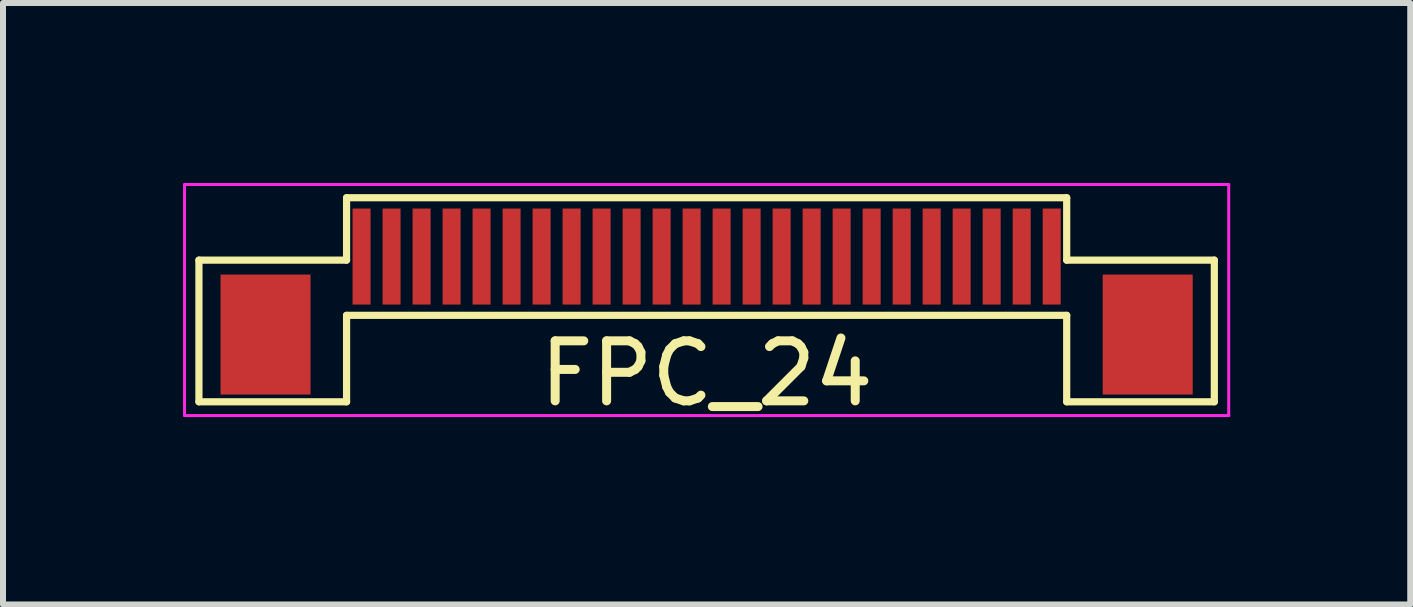
<source format=kicad_pcb>
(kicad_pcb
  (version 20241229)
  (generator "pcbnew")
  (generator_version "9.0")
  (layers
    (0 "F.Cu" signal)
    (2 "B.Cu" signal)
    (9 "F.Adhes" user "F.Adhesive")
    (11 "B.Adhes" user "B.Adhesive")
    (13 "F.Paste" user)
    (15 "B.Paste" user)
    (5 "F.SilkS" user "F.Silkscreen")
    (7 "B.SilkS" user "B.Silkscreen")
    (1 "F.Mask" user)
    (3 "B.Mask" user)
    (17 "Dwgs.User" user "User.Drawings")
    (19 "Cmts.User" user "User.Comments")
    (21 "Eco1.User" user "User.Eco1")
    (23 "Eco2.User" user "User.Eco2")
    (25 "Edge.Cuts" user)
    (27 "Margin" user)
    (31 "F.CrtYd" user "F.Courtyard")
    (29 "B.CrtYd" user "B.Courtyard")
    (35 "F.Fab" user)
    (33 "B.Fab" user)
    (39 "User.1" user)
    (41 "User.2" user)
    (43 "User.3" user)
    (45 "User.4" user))
  (footprint "FPC_24"
    (layer "F.Cu")
    (at 8.725 1.225)
    (property "Reference" "FPC_24" (at 0 1.95 0) (layer "F.SilkS") (effects (font (size 1 1) (thickness 0.15))))
    (attr through_hole)
    (fp_line (start -8.46 0.06) (end -6 0.06) (stroke (width 0.12) (type solid)) (layer "F.SilkS"))
    (fp_line (start -8.46 2.42) (end -8.46 0.06) (stroke (width 0.12) (type solid)) (layer "F.SilkS"))
    (fp_line (start -6 -0.98) (end 6 -0.98) (stroke (width 0.12) (type solid)) (layer "F.SilkS"))
    (fp_line (start -6 0.06) (end -6 -0.98) (stroke (width 0.12) (type solid)) (layer "F.SilkS"))
    (fp_line (start -6 0.98) (end -6 2.42) (stroke (width 0.12) (type solid)) (layer "F.SilkS"))
    (fp_line (start -6 0.98) (end 6 0.98) (stroke (width 0.12) (type solid)) (layer "F.SilkS"))
    (fp_line (start -6 2.42) (end -8.46 2.42) (stroke (width 0.12) (type solid)) (layer "F.SilkS"))
    (fp_line (start 6 0.06) (end 6 -0.98) (stroke (width 0.12) (type solid)) (layer "F.SilkS"))
    (fp_line (start 6 0.98) (end 6 2.42) (stroke (width 0.12) (type solid)) (layer "F.SilkS"))
    (fp_line (start 6 2.42) (end 8.46 2.42) (stroke (width 0.12) (type solid)) (layer "F.SilkS"))
    (fp_line (start 8.46 0.06) (end 6 0.06) (stroke (width 0.12) (type solid)) (layer "F.SilkS"))
    (fp_line (start 8.46 2.42) (end 8.46 0.06) (stroke (width 0.12) (type solid)) (layer "F.SilkS"))
    (fp_line (start -8.7 -1.2) (end -8.7 2.65) (stroke (width 0.05) (type solid)) (layer "F.CrtYd"))
    (fp_line (start -8.7 -1.2) (end 8.7 -1.2) (stroke (width 0.05) (type solid)) (layer "F.CrtYd"))
    (fp_line (start -8.7 2.65) (end 8.7 2.65) (stroke (width 0.05) (type solid)) (layer "F.CrtYd"))
    (fp_line (start 8.7 -1.2) (end 8.7 2.65) (stroke (width 0.05) (type solid)) (layer "F.CrtYd"))
    (pad "0" smd rect (at -7.35 1.3) (size 1.5 2) (layers "F.Cu" "F.Mask" "F.Paste"))
    (pad "0" smd rect (at 7.35 1.3) (size 1.5 2) (layers "F.Cu" "F.Mask" "F.Paste"))
    (pad "1" smd rect (at -5.75 0) (size 0.3 1.6) (layers "F.Cu" "F.Mask" "F.Paste"))
    (pad "2" smd rect (at -5.25 0) (size 0.3 1.6) (layers "F.Cu" "F.Mask" "F.Paste"))
    (pad "3" smd rect (at -4.75 0) (size 0.3 1.6) (layers "F.Cu" "F.Mask" "F.Paste"))
    (pad "4" smd rect (at -4.25 0) (size 0.3 1.6) (layers "F.Cu" "F.Mask" "F.Paste"))
    (pad "5" smd rect (at -3.75 0) (size 0.3 1.6) (layers "F.Cu" "F.Mask" "F.Paste"))
    (pad "6" smd rect (at -3.25 0) (size 0.3 1.6) (layers "F.Cu" "F.Mask" "F.Paste"))
    (pad "7" smd rect (at -2.75 0) (size 0.3 1.6) (layers "F.Cu" "F.Mask" "F.Paste"))
    (pad "8" smd rect (at -2.25 0) (size 0.3 1.6) (layers "F.Cu" "F.Mask" "F.Paste"))
    (pad "9" smd rect (at -1.75 0) (size 0.3 1.6) (layers "F.Cu" "F.Mask" "F.Paste"))
    (pad "10" smd rect (at -1.25 0) (size 0.3 1.6) (layers "F.Cu" "F.Mask" "F.Paste"))
    (pad "11" smd rect (at -0.75 0) (size 0.3 1.6) (layers "F.Cu" "F.Mask" "F.Paste"))
    (pad "12" smd rect (at -0.25 0) (size 0.3 1.6) (layers "F.Cu" "F.Mask" "F.Paste"))
    (pad "13" smd rect (at 0.25 0) (size 0.3 1.6) (layers "F.Cu" "F.Mask" "F.Paste"))
    (pad "14" smd rect (at 0.75 0) (size 0.3 1.6) (layers "F.Cu" "F.Mask" "F.Paste"))
    (pad "15" smd rect (at 1.25 0) (size 0.3 1.6) (layers "F.Cu" "F.Mask" "F.Paste"))
    (pad "16" smd rect (at 1.75 0) (size 0.3 1.6) (layers "F.Cu" "F.Mask" "F.Paste"))
    (pad "17" smd rect (at 2.25 0) (size 0.3 1.6) (layers "F.Cu" "F.Mask" "F.Paste"))
    (pad "18" smd rect (at 2.75 0) (size 0.3 1.6) (layers "F.Cu" "F.Mask" "F.Paste"))
    (pad "19" smd rect (at 3.25 0) (size 0.3 1.6) (layers "F.Cu" "F.Mask" "F.Paste"))
    (pad "20" smd rect (at 3.75 0) (size 0.3 1.6) (layers "F.Cu" "F.Mask" "F.Paste"))
    (pad "21" smd rect (at 4.25 0) (size 0.3 1.6) (layers "F.Cu" "F.Mask" "F.Paste"))
    (pad "22" smd rect (at 4.75 0) (size 0.3 1.6) (layers "F.Cu" "F.Mask" "F.Paste"))
    (pad "23" smd rect (at 5.25 0) (size 0.3 1.6) (layers "F.Cu" "F.Mask" "F.Paste"))
    (pad "24" smd rect (at 5.75 0) (size 0.3 1.6) (layers "F.Cu" "F.Mask" "F.Paste")))
  (gr_rect
    (start -3 -3)
    (end 20.45 7.023)
    (stroke (width 0.1) (type default))
    (fill no)
    (layer "Edge.Cuts")))
</source>
